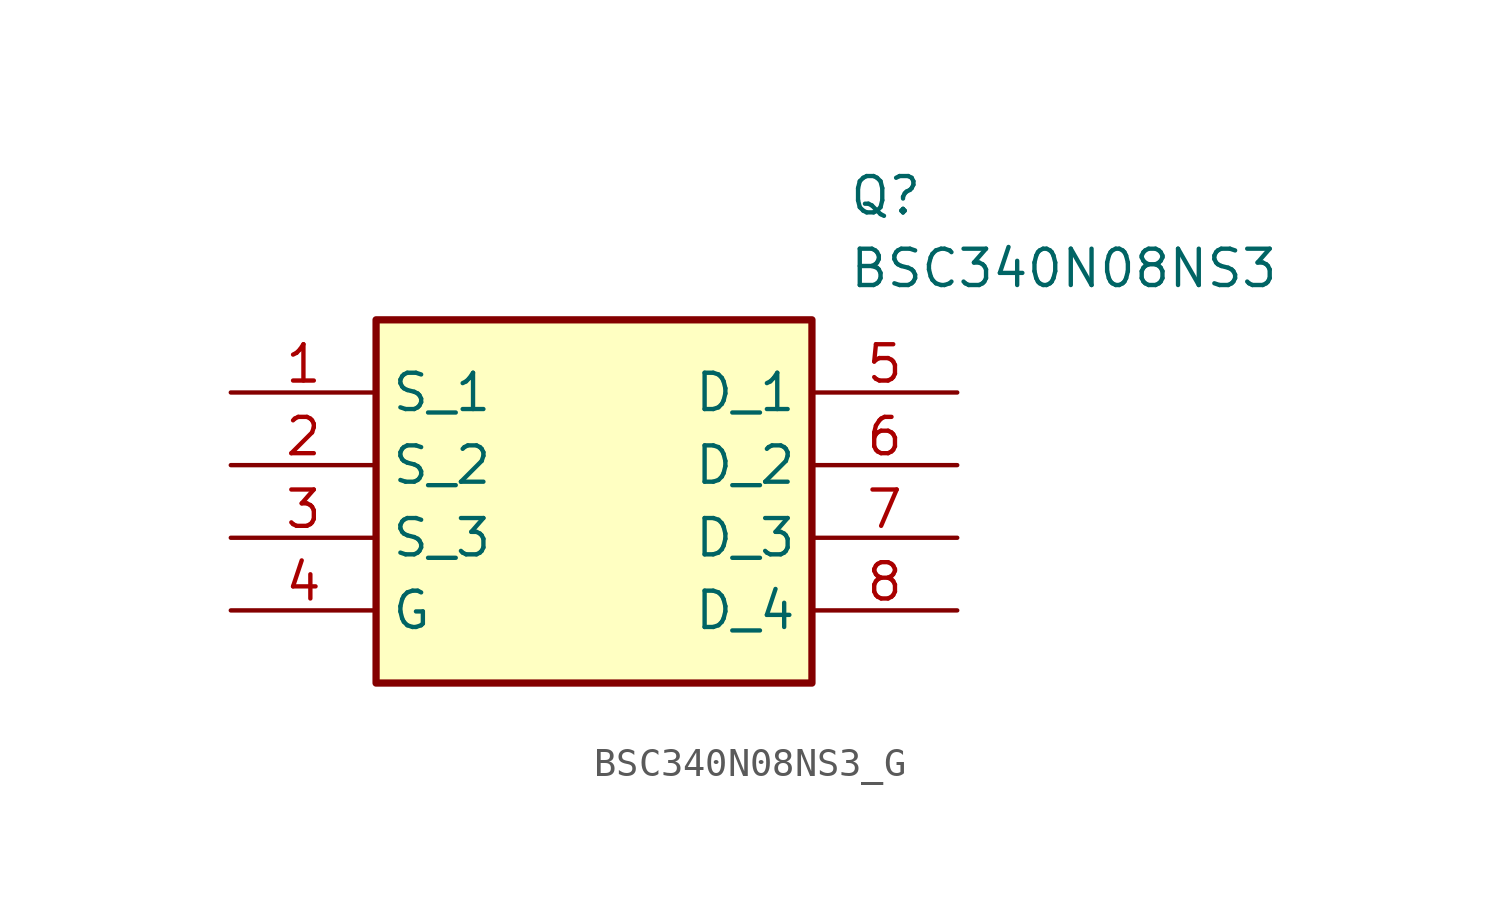
<source format=kicad_sym>
(kicad_symbol_lib
  (version 20231120)
  (generator "kicad_symbol_editor")
  (generator_version "8.0")
  (symbol "BSC340N08NS3_G"
    (property "Reference" "Q"
      (at 21.59 7.62 0)
      (effects (font (size 1.27 1.27)) (justify left top)))
    (property "Value" "BSC340N08NS3"
      (at 21.59 5.08 0)
      (effects (font (size 1.27 1.27)) (justify left top)))
    (symbol "BSC340N08NS3_G_1_1"
      (rectangle (start 5.08 2.54) (end 20.32 -10.16) (stroke (width 0.254) (type default)) (fill (type background)))
      (pin passive line (at 0 0 0) (length 5.08) (name "S_1" (effects (font (size 1.27 1.27)))) (number "1" (effects (font (size 1.27 1.27)))))
      (pin passive line (at 0 -2.54 0) (length 5.08) (name "S_2" (effects (font (size 1.27 1.27)))) (number "2" (effects (font (size 1.27 1.27)))))
      (pin passive line (at 0 -5.08 0) (length 5.08) (name "S_3" (effects (font (size 1.27 1.27)))) (number "3" (effects (font (size 1.27 1.27)))))
      (pin passive line (at 0 -7.62 0) (length 5.08) (name "G" (effects (font (size 1.27 1.27)))) (number "4" (effects (font (size 1.27 1.27)))))
      (pin passive line (at 25.4 0 180) (length 5.08) (name "D_1" (effects (font (size 1.27 1.27)))) (number "5" (effects (font (size 1.27 1.27)))))
      (pin passive line (at 25.4 -2.54 180) (length 5.08) (name "D_2" (effects (font (size 1.27 1.27)))) (number "6" (effects (font (size 1.27 1.27)))))
      (pin passive line (at 25.4 -5.08 180) (length 5.08) (name "D_3" (effects (font (size 1.27 1.27)))) (number "7" (effects (font (size 1.27 1.27)))))
      (pin passive line (at 25.4 -7.62 180) (length 5.08) (name "D_4" (effects (font (size 1.27 1.27)))) (number "8" (effects (font (size 1.27 1.27))))))))
</source>
